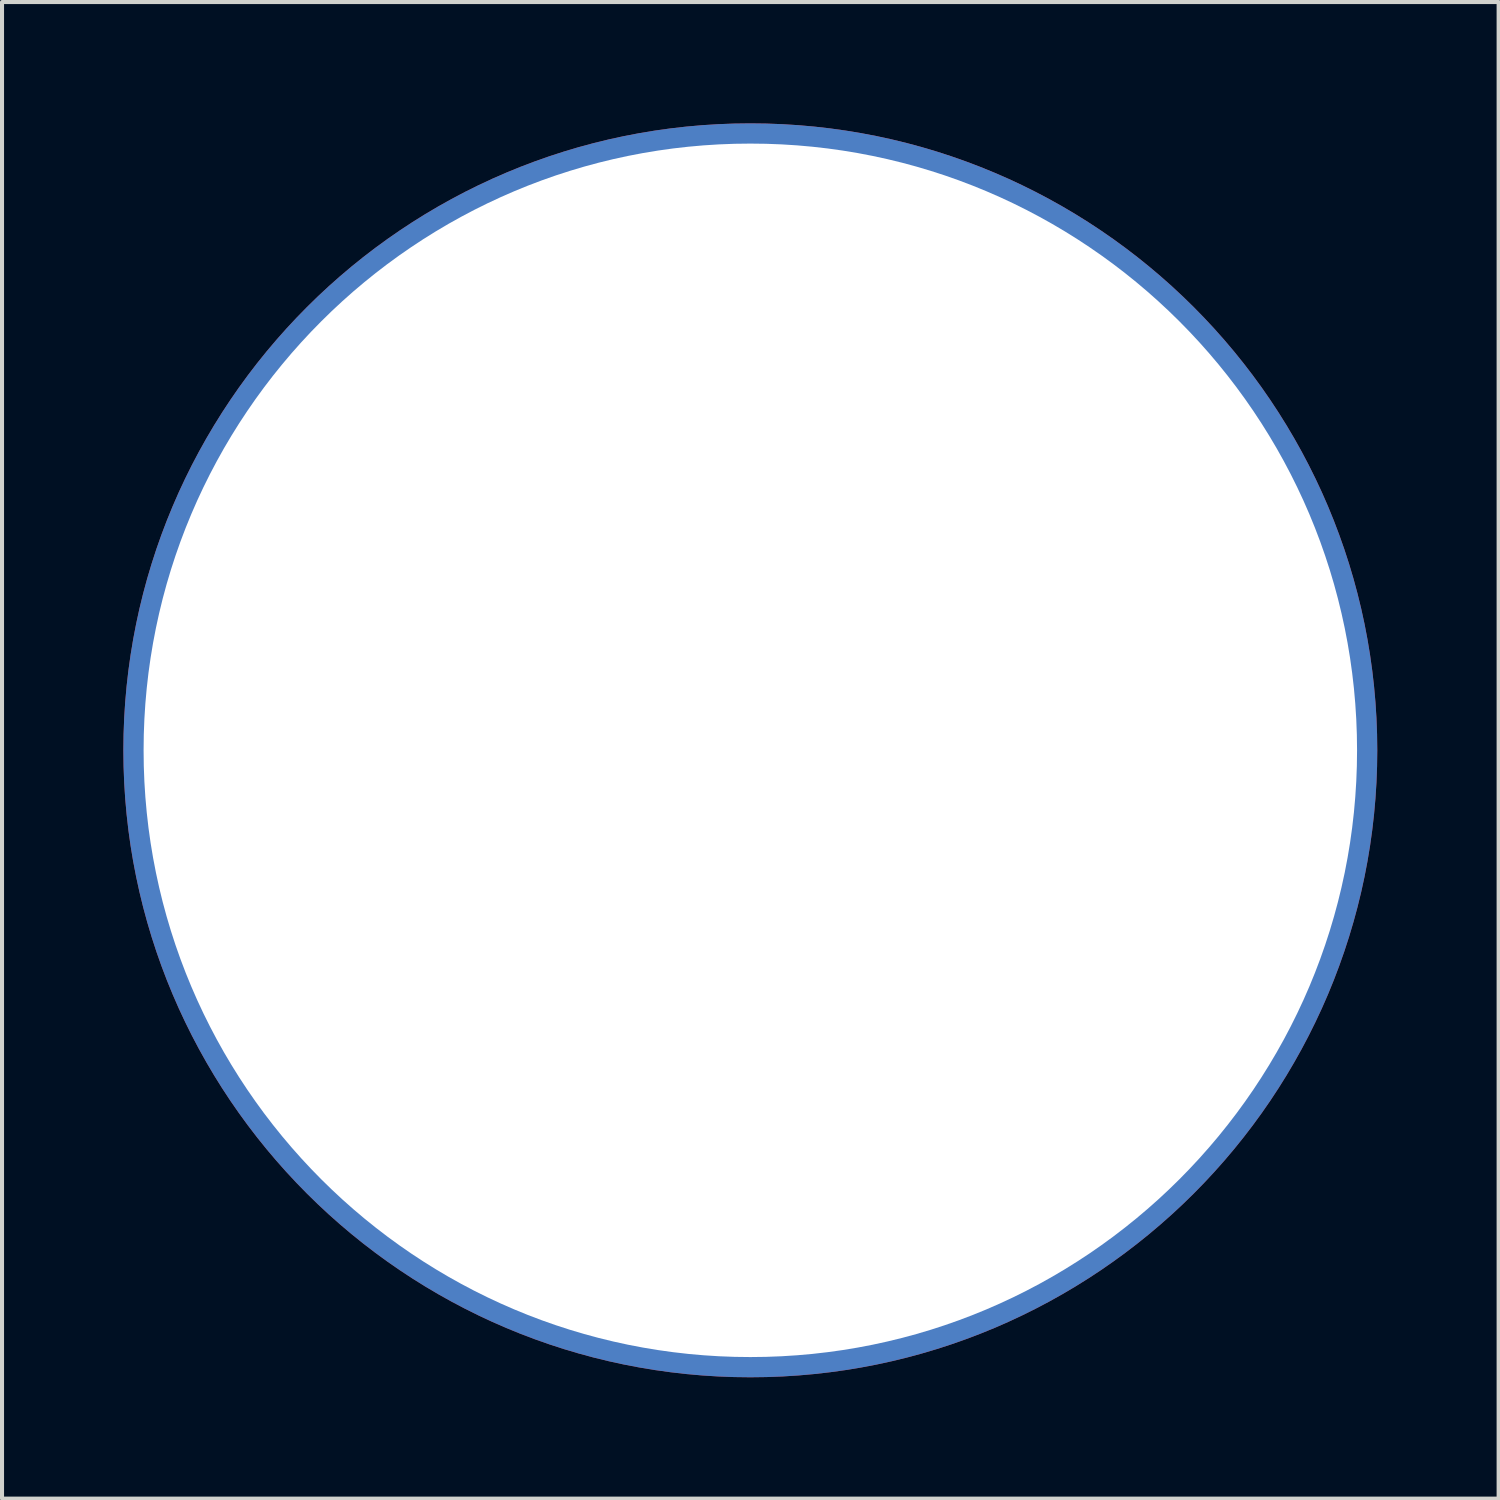
<source format=kicad_pcb>
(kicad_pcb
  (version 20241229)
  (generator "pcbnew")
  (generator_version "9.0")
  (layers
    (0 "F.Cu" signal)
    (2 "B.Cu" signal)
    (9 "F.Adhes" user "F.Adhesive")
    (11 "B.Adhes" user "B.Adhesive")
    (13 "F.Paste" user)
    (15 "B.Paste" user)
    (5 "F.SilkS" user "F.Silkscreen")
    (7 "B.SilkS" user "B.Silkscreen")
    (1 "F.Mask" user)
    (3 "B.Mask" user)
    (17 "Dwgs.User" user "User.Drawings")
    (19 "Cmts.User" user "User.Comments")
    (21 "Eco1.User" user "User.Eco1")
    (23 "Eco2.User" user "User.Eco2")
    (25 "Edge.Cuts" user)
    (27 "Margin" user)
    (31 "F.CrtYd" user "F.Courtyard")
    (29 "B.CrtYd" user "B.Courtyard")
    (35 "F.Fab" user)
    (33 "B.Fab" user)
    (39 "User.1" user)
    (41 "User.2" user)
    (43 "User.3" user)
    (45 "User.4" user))
  (footprint "middle_circle"
    (layer "F.Cu")
    (at 15.5 15.5)
    (property "Reference" "middle_circle" (at 0 0.5 0) (layer "F.SilkS") (effects (font (size 1 1) (thickness 0.15))))
    (attr through_hole)
    (pad "1" thru_hole circle (at 0 0) (size 31 31) (drill 30) (layers "*.Cu" "*.Mask")))
  (gr_rect
    (start -3 -3)
    (end 34 34)
    (stroke (width 0.1) (type default))
    (fill no)
    (layer "Edge.Cuts")))
</source>
